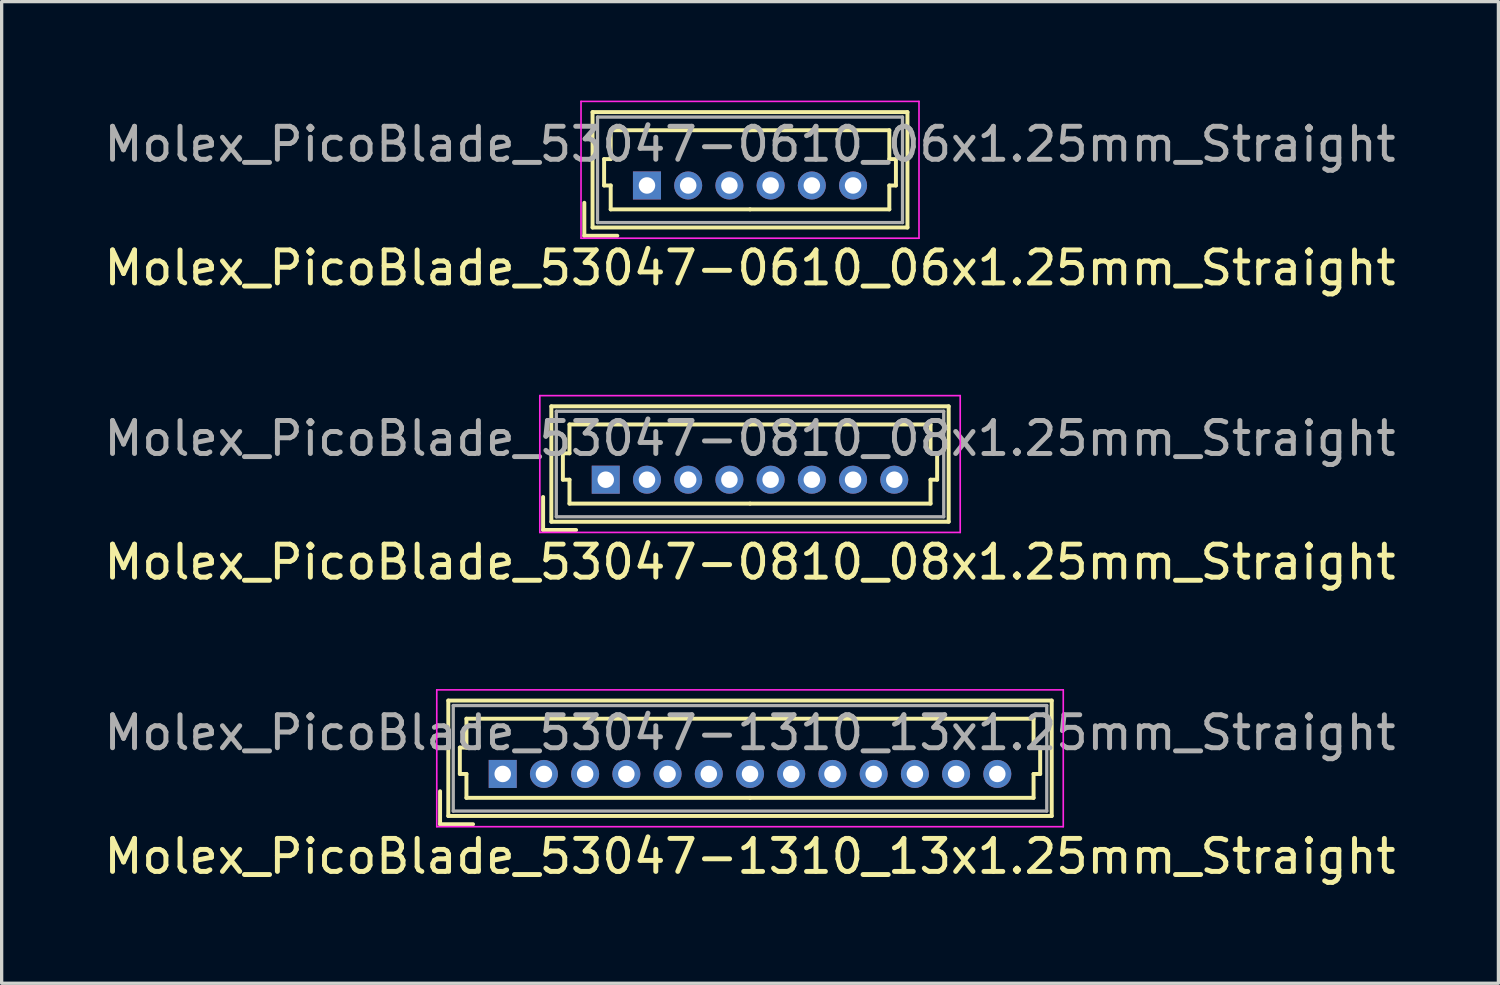
<source format=kicad_pcb>
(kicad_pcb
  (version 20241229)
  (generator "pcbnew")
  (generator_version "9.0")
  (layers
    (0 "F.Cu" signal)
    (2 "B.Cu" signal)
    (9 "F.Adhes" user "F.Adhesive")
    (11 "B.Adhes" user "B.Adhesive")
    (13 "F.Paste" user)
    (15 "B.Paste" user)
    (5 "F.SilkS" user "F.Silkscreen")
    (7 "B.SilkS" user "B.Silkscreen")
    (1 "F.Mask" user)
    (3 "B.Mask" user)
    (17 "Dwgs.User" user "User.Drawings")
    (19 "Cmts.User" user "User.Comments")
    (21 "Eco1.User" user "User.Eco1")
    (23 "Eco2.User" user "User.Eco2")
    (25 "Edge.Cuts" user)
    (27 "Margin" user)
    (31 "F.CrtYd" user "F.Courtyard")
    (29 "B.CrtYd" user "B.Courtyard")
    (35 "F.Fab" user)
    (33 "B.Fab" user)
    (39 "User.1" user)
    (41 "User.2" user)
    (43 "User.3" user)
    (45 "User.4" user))
  (footprint "Molex_PicoBlade_53047-0810_08x1.25mm_Straight"
    (layer "F.Cu")
    (at 15.321 11.498)
    (property "Reference" "Molex_PicoBlade_53047-0810_08x1.25mm_Straight" (at 4.375 2.5 0) (layer "F.SilkS") (effects (font (size 1 1) (thickness 0.15))))
    (attr through_hole)
    (fp_line (start -1.9 1.525) (end -1.9 0.525) (stroke (width 0.12) (type solid)) (layer "F.SilkS"))
    (fp_line (start -1.9 1.525) (end -0.9 1.525) (stroke (width 0.12) (type solid)) (layer "F.SilkS"))
    (fp_line (start -1.65 -2.225) (end -1.65 1.275) (stroke (width 0.12) (type solid)) (layer "F.SilkS"))
    (fp_line (start -1.65 1.275) (end 10.4 1.275) (stroke (width 0.12) (type solid)) (layer "F.SilkS"))
    (fp_line (start -1.3 -0.8) (end -1.1 -0.8) (stroke (width 0.12) (type solid)) (layer "F.SilkS"))
    (fp_line (start -1.3 0) (end -1.3 -0.8) (stroke (width 0.12) (type solid)) (layer "F.SilkS"))
    (fp_line (start -1.1 -1.675) (end 4.375 -1.675) (stroke (width 0.12) (type solid)) (layer "F.SilkS"))
    (fp_line (start -1.1 -0.8) (end -1.1 -1.675) (stroke (width 0.12) (type solid)) (layer "F.SilkS"))
    (fp_line (start -1.1 0) (end -1.3 0) (stroke (width 0.12) (type solid)) (layer "F.SilkS"))
    (fp_line (start -1.1 0.725) (end -1.1 0) (stroke (width 0.12) (type solid)) (layer "F.SilkS"))
    (fp_line (start 4.375 0.725) (end -1.1 0.725) (stroke (width 0.12) (type solid)) (layer "F.SilkS"))
    (fp_line (start 4.375 0.725) (end 9.85 0.725) (stroke (width 0.12) (type solid)) (layer "F.SilkS"))
    (fp_line (start 9.85 -1.675) (end 4.375 -1.675) (stroke (width 0.12) (type solid)) (layer "F.SilkS"))
    (fp_line (start 9.85 -0.8) (end 9.85 -1.675) (stroke (width 0.12) (type solid)) (layer "F.SilkS"))
    (fp_line (start 9.85 0) (end 10.05 0) (stroke (width 0.12) (type solid)) (layer "F.SilkS"))
    (fp_line (start 9.85 0.725) (end 9.85 0) (stroke (width 0.12) (type solid)) (layer "F.SilkS"))
    (fp_line (start 10.05 -0.8) (end 9.85 -0.8) (stroke (width 0.12) (type solid)) (layer "F.SilkS"))
    (fp_line (start 10.05 0) (end 10.05 -0.8) (stroke (width 0.12) (type solid)) (layer "F.SilkS"))
    (fp_line (start 10.4 -2.225) (end -1.65 -2.225) (stroke (width 0.12) (type solid)) (layer "F.SilkS"))
    (fp_line (start 10.4 1.275) (end 10.4 -2.225) (stroke (width 0.12) (type solid)) (layer "F.SilkS"))
    (fp_line (start -2 -2.55) (end -2 1.6) (stroke (width 0.05) (type solid)) (layer "F.CrtYd"))
    (fp_line (start -2 1.6) (end 10.75 1.6) (stroke (width 0.05) (type solid)) (layer "F.CrtYd"))
    (fp_line (start 10.75 -2.55) (end -2 -2.55) (stroke (width 0.05) (type solid)) (layer "F.CrtYd"))
    (fp_line (start 10.75 1.6) (end 10.75 -2.55) (stroke (width 0.05) (type solid)) (layer "F.CrtYd"))
    (fp_line (start -1.5 -2.075) (end -1.5 1.125) (stroke (width 0.1) (type solid)) (layer "F.Fab"))
    (fp_line (start -1.5 1.125) (end 10.25 1.125) (stroke (width 0.1) (type solid)) (layer "F.Fab"))
    (fp_line (start 10.25 -2.075) (end -1.5 -2.075) (stroke (width 0.1) (type solid)) (layer "F.Fab"))
    (fp_line (start 10.25 1.125) (end 10.25 -2.075) (stroke (width 0.1) (type solid)) (layer "F.Fab"))
    (fp_text user "${REFERENCE}" (at 4.375 -1.25 0) (layer "F.Fab") (effects (font (size 1 1) (thickness 0.15))))
    (pad "1" thru_hole rect (at 0 0) (size 0.85 0.85) (drill 0.5) (layers "*.Cu" "*.Mask"))
    (pad "2" thru_hole circle (at 1.25 0) (size 0.85 0.85) (drill 0.5) (layers "*.Cu" "*.Mask"))
    (pad "3" thru_hole circle (at 2.5 0) (size 0.85 0.85) (drill 0.5) (layers "*.Cu" "*.Mask"))
    (pad "4" thru_hole circle (at 3.75 0) (size 0.85 0.85) (drill 0.5) (layers "*.Cu" "*.Mask"))
    (pad "5" thru_hole circle (at 5 0) (size 0.85 0.85) (drill 0.5) (layers "*.Cu" "*.Mask"))
    (pad "6" thru_hole circle (at 6.25 0) (size 0.85 0.85) (drill 0.5) (layers "*.Cu" "*.Mask"))
    (pad "7" thru_hole circle (at 7.5 0) (size 0.85 0.85) (drill 0.5) (layers "*.Cu" "*.Mask"))
    (pad "8" thru_hole circle (at 8.75 0) (size 0.85 0.85) (drill 0.5) (layers "*.Cu" "*.Mask")))
  (footprint "Molex_PicoBlade_53047-1310_13x1.25mm_Straight"
    (layer "F.Cu")
    (at 12.196 20.422)
    (property "Reference" "Molex_PicoBlade_53047-1310_13x1.25mm_Straight" (at 7.5 2.5 0) (layer "F.SilkS") (effects (font (size 1 1) (thickness 0.15))))
    (attr through_hole)
    (fp_line (start -1.9 1.525) (end -1.9 0.525) (stroke (width 0.12) (type solid)) (layer "F.SilkS"))
    (fp_line (start -1.9 1.525) (end -0.9 1.525) (stroke (width 0.12) (type solid)) (layer "F.SilkS"))
    (fp_line (start -1.65 -2.225) (end -1.65 1.275) (stroke (width 0.12) (type solid)) (layer "F.SilkS"))
    (fp_line (start -1.65 1.275) (end 16.65 1.275) (stroke (width 0.12) (type solid)) (layer "F.SilkS"))
    (fp_line (start -1.3 -0.8) (end -1.1 -0.8) (stroke (width 0.12) (type solid)) (layer "F.SilkS"))
    (fp_line (start -1.3 0) (end -1.3 -0.8) (stroke (width 0.12) (type solid)) (layer "F.SilkS"))
    (fp_line (start -1.1 -1.675) (end 7.5 -1.675) (stroke (width 0.12) (type solid)) (layer "F.SilkS"))
    (fp_line (start -1.1 -0.8) (end -1.1 -1.675) (stroke (width 0.12) (type solid)) (layer "F.SilkS"))
    (fp_line (start -1.1 0) (end -1.3 0) (stroke (width 0.12) (type solid)) (layer "F.SilkS"))
    (fp_line (start -1.1 0.725) (end -1.1 0) (stroke (width 0.12) (type solid)) (layer "F.SilkS"))
    (fp_line (start 7.5 0.725) (end -1.1 0.725) (stroke (width 0.12) (type solid)) (layer "F.SilkS"))
    (fp_line (start 7.5 0.725) (end 16.1 0.725) (stroke (width 0.12) (type solid)) (layer "F.SilkS"))
    (fp_line (start 16.1 -1.675) (end 7.5 -1.675) (stroke (width 0.12) (type solid)) (layer "F.SilkS"))
    (fp_line (start 16.1 -0.8) (end 16.1 -1.675) (stroke (width 0.12) (type solid)) (layer "F.SilkS"))
    (fp_line (start 16.1 0) (end 16.3 0) (stroke (width 0.12) (type solid)) (layer "F.SilkS"))
    (fp_line (start 16.1 0.725) (end 16.1 0) (stroke (width 0.12) (type solid)) (layer "F.SilkS"))
    (fp_line (start 16.3 -0.8) (end 16.1 -0.8) (stroke (width 0.12) (type solid)) (layer "F.SilkS"))
    (fp_line (start 16.3 0) (end 16.3 -0.8) (stroke (width 0.12) (type solid)) (layer "F.SilkS"))
    (fp_line (start 16.65 -2.225) (end -1.65 -2.225) (stroke (width 0.12) (type solid)) (layer "F.SilkS"))
    (fp_line (start 16.65 1.275) (end 16.65 -2.225) (stroke (width 0.12) (type solid)) (layer "F.SilkS"))
    (fp_line (start -2 -2.55) (end -2 1.6) (stroke (width 0.05) (type solid)) (layer "F.CrtYd"))
    (fp_line (start -2 1.6) (end 17 1.6) (stroke (width 0.05) (type solid)) (layer "F.CrtYd"))
    (fp_line (start 17 -2.55) (end -2 -2.55) (stroke (width 0.05) (type solid)) (layer "F.CrtYd"))
    (fp_line (start 17 1.6) (end 17 -2.55) (stroke (width 0.05) (type solid)) (layer "F.CrtYd"))
    (fp_line (start -1.5 -2.075) (end -1.5 1.125) (stroke (width 0.1) (type solid)) (layer "F.Fab"))
    (fp_line (start -1.5 1.125) (end 16.5 1.125) (stroke (width 0.1) (type solid)) (layer "F.Fab"))
    (fp_line (start 16.5 -2.075) (end -1.5 -2.075) (stroke (width 0.1) (type solid)) (layer "F.Fab"))
    (fp_line (start 16.5 1.125) (end 16.5 -2.075) (stroke (width 0.1) (type solid)) (layer "F.Fab"))
    (fp_text user "${REFERENCE}" (at 7.5 -1.25 0) (layer "F.Fab") (effects (font (size 1 1) (thickness 0.15))))
    (pad "1" thru_hole rect (at 0 0) (size 0.85 0.85) (drill 0.5) (layers "*.Cu" "*.Mask"))
    (pad "2" thru_hole circle (at 1.25 0) (size 0.85 0.85) (drill 0.5) (layers "*.Cu" "*.Mask"))
    (pad "3" thru_hole circle (at 2.5 0) (size 0.85 0.85) (drill 0.5) (layers "*.Cu" "*.Mask"))
    (pad "4" thru_hole circle (at 3.75 0) (size 0.85 0.85) (drill 0.5) (layers "*.Cu" "*.Mask"))
    (pad "5" thru_hole circle (at 5 0) (size 0.85 0.85) (drill 0.5) (layers "*.Cu" "*.Mask"))
    (pad "6" thru_hole circle (at 6.25 0) (size 0.85 0.85) (drill 0.5) (layers "*.Cu" "*.Mask"))
    (pad "7" thru_hole circle (at 7.5 0) (size 0.85 0.85) (drill 0.5) (layers "*.Cu" "*.Mask"))
    (pad "8" thru_hole circle (at 8.75 0) (size 0.85 0.85) (drill 0.5) (layers "*.Cu" "*.Mask"))
    (pad "9" thru_hole circle (at 10 0) (size 0.85 0.85) (drill 0.5) (layers "*.Cu" "*.Mask"))
    (pad "10" thru_hole circle (at 11.25 0) (size 0.85 0.85) (drill 0.5) (layers "*.Cu" "*.Mask"))
    (pad "11" thru_hole circle (at 12.5 0) (size 0.85 0.85) (drill 0.5) (layers "*.Cu" "*.Mask"))
    (pad "12" thru_hole circle (at 13.75 0) (size 0.85 0.85) (drill 0.5) (layers "*.Cu" "*.Mask"))
    (pad "13" thru_hole circle (at 15 0) (size 0.85 0.85) (drill 0.5) (layers "*.Cu" "*.Mask")))
  (footprint "Molex_PicoBlade_53047-0610_06x1.25mm_Straight"
    (layer "F.Cu")
    (at 16.571 2.575)
    (property "Reference" "Molex_PicoBlade_53047-0610_06x1.25mm_Straight" (at 3.125 2.5 0) (layer "F.SilkS") (effects (font (size 1 1) (thickness 0.15))))
    (attr through_hole)
    (fp_line (start -1.9 1.525) (end -1.9 0.525) (stroke (width 0.12) (type solid)) (layer "F.SilkS"))
    (fp_line (start -1.9 1.525) (end -0.9 1.525) (stroke (width 0.12) (type solid)) (layer "F.SilkS"))
    (fp_line (start -1.65 -2.225) (end -1.65 1.275) (stroke (width 0.12) (type solid)) (layer "F.SilkS"))
    (fp_line (start -1.65 1.275) (end 7.9 1.275) (stroke (width 0.12) (type solid)) (layer "F.SilkS"))
    (fp_line (start -1.3 -0.8) (end -1.1 -0.8) (stroke (width 0.12) (type solid)) (layer "F.SilkS"))
    (fp_line (start -1.3 0) (end -1.3 -0.8) (stroke (width 0.12) (type solid)) (layer "F.SilkS"))
    (fp_line (start -1.1 -1.675) (end 3.125 -1.675) (stroke (width 0.12) (type solid)) (layer "F.SilkS"))
    (fp_line (start -1.1 -0.8) (end -1.1 -1.675) (stroke (width 0.12) (type solid)) (layer "F.SilkS"))
    (fp_line (start -1.1 0) (end -1.3 0) (stroke (width 0.12) (type solid)) (layer "F.SilkS"))
    (fp_line (start -1.1 0.725) (end -1.1 0) (stroke (width 0.12) (type solid)) (layer "F.SilkS"))
    (fp_line (start 3.125 0.725) (end -1.1 0.725) (stroke (width 0.12) (type solid)) (layer "F.SilkS"))
    (fp_line (start 3.125 0.725) (end 7.35 0.725) (stroke (width 0.12) (type solid)) (layer "F.SilkS"))
    (fp_line (start 7.35 -1.675) (end 3.125 -1.675) (stroke (width 0.12) (type solid)) (layer "F.SilkS"))
    (fp_line (start 7.35 -0.8) (end 7.35 -1.675) (stroke (width 0.12) (type solid)) (layer "F.SilkS"))
    (fp_line (start 7.35 0) (end 7.55 0) (stroke (width 0.12) (type solid)) (layer "F.SilkS"))
    (fp_line (start 7.35 0.725) (end 7.35 0) (stroke (width 0.12) (type solid)) (layer "F.SilkS"))
    (fp_line (start 7.55 -0.8) (end 7.35 -0.8) (stroke (width 0.12) (type solid)) (layer "F.SilkS"))
    (fp_line (start 7.55 0) (end 7.55 -0.8) (stroke (width 0.12) (type solid)) (layer "F.SilkS"))
    (fp_line (start 7.9 -2.225) (end -1.65 -2.225) (stroke (width 0.12) (type solid)) (layer "F.SilkS"))
    (fp_line (start 7.9 1.275) (end 7.9 -2.225) (stroke (width 0.12) (type solid)) (layer "F.SilkS"))
    (fp_line (start -2 -2.55) (end -2 1.6) (stroke (width 0.05) (type solid)) (layer "F.CrtYd"))
    (fp_line (start -2 1.6) (end 8.25 1.6) (stroke (width 0.05) (type solid)) (layer "F.CrtYd"))
    (fp_line (start 8.25 -2.55) (end -2 -2.55) (stroke (width 0.05) (type solid)) (layer "F.CrtYd"))
    (fp_line (start 8.25 1.6) (end 8.25 -2.55) (stroke (width 0.05) (type solid)) (layer "F.CrtYd"))
    (fp_line (start -1.5 -2.075) (end -1.5 1.125) (stroke (width 0.1) (type solid)) (layer "F.Fab"))
    (fp_line (start -1.5 1.125) (end 7.75 1.125) (stroke (width 0.1) (type solid)) (layer "F.Fab"))
    (fp_line (start 7.75 -2.075) (end -1.5 -2.075) (stroke (width 0.1) (type solid)) (layer "F.Fab"))
    (fp_line (start 7.75 1.125) (end 7.75 -2.075) (stroke (width 0.1) (type solid)) (layer "F.Fab"))
    (fp_text user "${REFERENCE}" (at 3.125 -1.25 0) (layer "F.Fab") (effects (font (size 1 1) (thickness 0.15))))
    (pad "1" thru_hole rect (at 0 0) (size 0.85 0.85) (drill 0.5) (layers "*.Cu" "*.Mask"))
    (pad "2" thru_hole circle (at 1.25 0) (size 0.85 0.85) (drill 0.5) (layers "*.Cu" "*.Mask"))
    (pad "3" thru_hole circle (at 2.5 0) (size 0.85 0.85) (drill 0.5) (layers "*.Cu" "*.Mask"))
    (pad "4" thru_hole circle (at 3.75 0) (size 0.85 0.85) (drill 0.5) (layers "*.Cu" "*.Mask"))
    (pad "5" thru_hole circle (at 5 0) (size 0.85 0.85) (drill 0.5) (layers "*.Cu" "*.Mask"))
    (pad "6" thru_hole circle (at 6.25 0) (size 0.85 0.85) (drill 0.5) (layers "*.Cu" "*.Mask")))
  (gr_rect
    (start -3 -3)
    (end 42.393 26.77)
    (stroke (width 0.1) (type default))
    (fill no)
    (layer "Edge.Cuts")))
</source>
